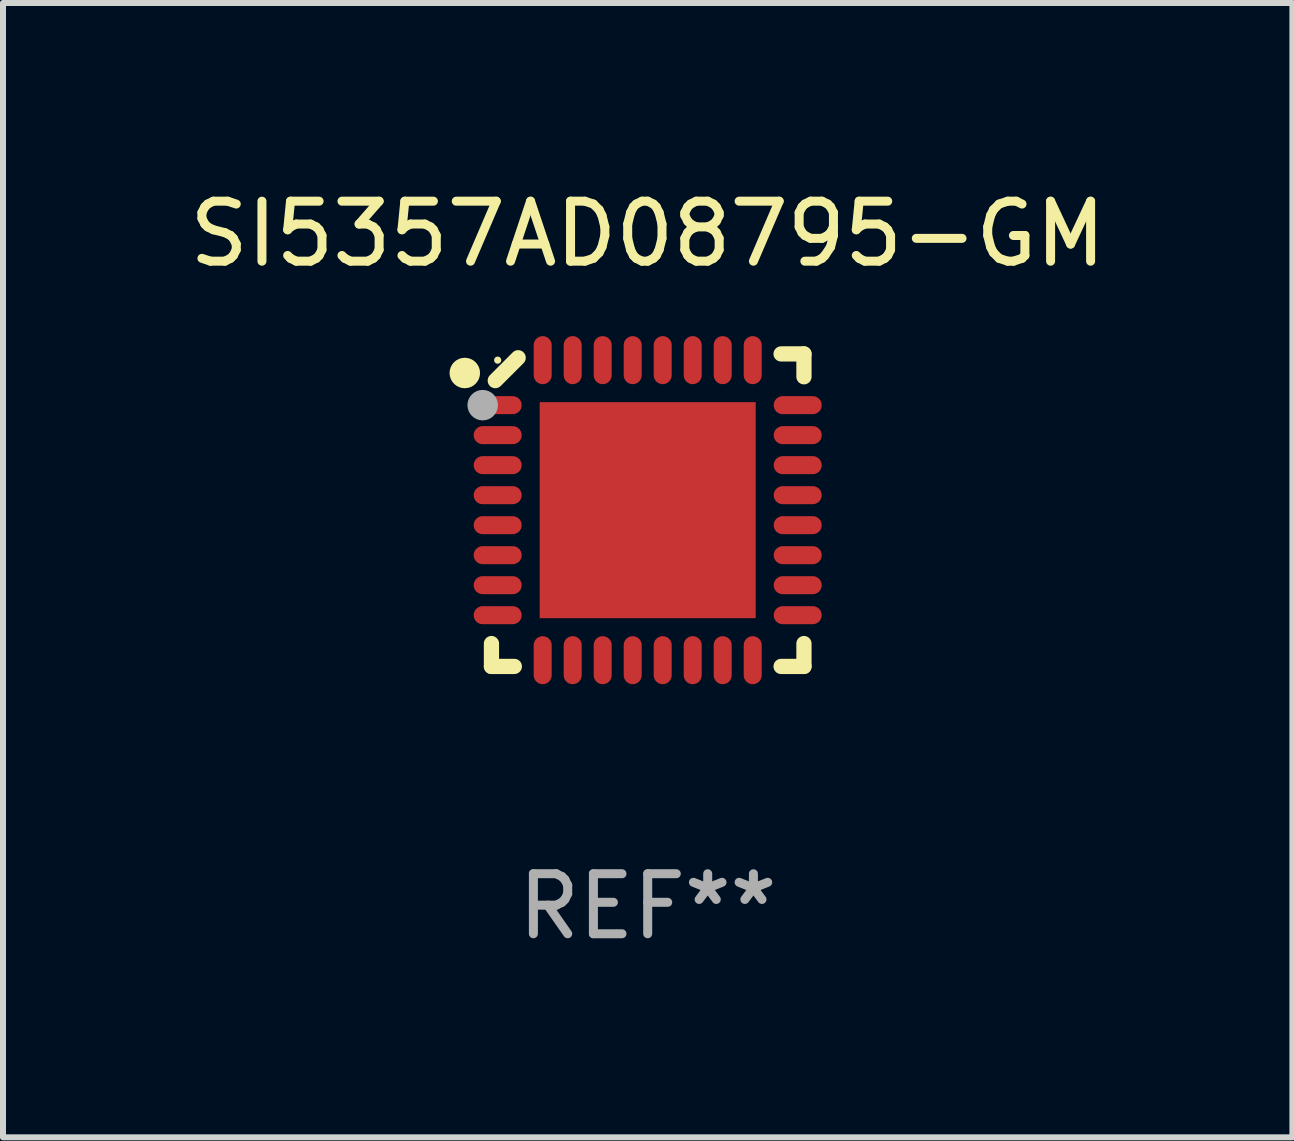
<source format=kicad_pcb>
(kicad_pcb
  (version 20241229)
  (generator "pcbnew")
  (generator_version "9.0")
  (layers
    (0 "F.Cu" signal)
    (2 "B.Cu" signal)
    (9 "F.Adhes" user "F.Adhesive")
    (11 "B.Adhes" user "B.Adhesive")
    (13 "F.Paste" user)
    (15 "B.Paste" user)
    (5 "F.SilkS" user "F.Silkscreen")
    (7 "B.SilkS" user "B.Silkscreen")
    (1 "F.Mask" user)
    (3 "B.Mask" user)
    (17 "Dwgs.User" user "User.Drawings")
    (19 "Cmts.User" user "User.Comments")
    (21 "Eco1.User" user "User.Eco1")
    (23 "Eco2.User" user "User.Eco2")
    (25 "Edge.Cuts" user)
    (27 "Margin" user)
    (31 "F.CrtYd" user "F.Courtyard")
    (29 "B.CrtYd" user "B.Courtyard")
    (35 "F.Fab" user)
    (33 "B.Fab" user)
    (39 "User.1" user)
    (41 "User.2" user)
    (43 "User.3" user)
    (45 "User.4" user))
  (footprint "SI5357AD08795-GM"
    (layer "F.Cu")
    (at 7.744 5.452)
    (property "Reference" "SI5357AD08795-GM" (at 0 -4.604 0) (layer "F.SilkS") (effects (font (size 1 1) (thickness 0.15))))
    (attr through_hole)
    (fp_line (start -2.604 2.223) (end -2.604 2.604) (stroke (width 0.254) (type solid)) (layer "F.SilkS"))
    (fp_line (start -2.604 2.604) (end -2.223 2.604) (stroke (width 0.254) (type solid)) (layer "F.SilkS"))
    (fp_line (start -2.159 -2.54) (end -2.54 -2.159) (stroke (width 0.254) (type solid)) (layer "F.SilkS"))
    (fp_line (start 2.223 2.604) (end 2.604 2.604) (stroke (width 0.254) (type solid)) (layer "F.SilkS"))
    (fp_line (start 2.604 -2.604) (end 2.223 -2.604) (stroke (width 0.254) (type solid)) (layer "F.SilkS"))
    (fp_line (start 2.604 -2.223) (end 2.604 -2.604) (stroke (width 0.254) (type solid)) (layer "F.SilkS"))
    (fp_line (start 2.604 2.604) (end 2.604 2.223) (stroke (width 0.254) (type solid)) (layer "F.SilkS"))
    (fp_circle (center -3.048 -2.286) (end -2.921 -2.286) (stroke (width 0.254) (type solid)) (fill no) (layer "F.SilkS"))
    (fp_circle (center -2.5 -2.5) (end -2.47 -2.5) (stroke (width 0.06) (type solid)) (fill no) (layer "F.SilkS"))
    (fp_circle (center -2.75 -1.75) (end -2.623 -1.75) (stroke (width 0.254) (type solid)) (fill no) (layer "F.Fab"))
    (fp_text user "REF**" (at 0 6.604 0) (layer "F.Fab") (effects (font (size 1 1) (thickness 0.15))))
    (pad "1" smd oval (at -2.5 -1.75) (size 0.8 0.3) (layers "F.Cu" "F.Mask" "F.Paste"))
    (pad "2" smd oval (at -2.5 -1.25) (size 0.8 0.3) (layers "F.Cu" "F.Mask" "F.Paste"))
    (pad "3" smd oval (at -2.5 -0.75) (size 0.8 0.3) (layers "F.Cu" "F.Mask" "F.Paste"))
    (pad "4" smd oval (at -2.5 -0.25) (size 0.8 0.3) (layers "F.Cu" "F.Mask" "F.Paste"))
    (pad "5" smd oval (at -2.5 0.25) (size 0.8 0.3) (layers "F.Cu" "F.Mask" "F.Paste"))
    (pad "6" smd oval (at -2.5 0.75) (size 0.8 0.3) (layers "F.Cu" "F.Mask" "F.Paste"))
    (pad "7" smd oval (at -2.5 1.25) (size 0.8 0.3) (layers "F.Cu" "F.Mask" "F.Paste"))
    (pad "8" smd oval (at -2.5 1.75) (size 0.8 0.3) (layers "F.Cu" "F.Mask" "F.Paste"))
    (pad "9" smd oval (at -1.75 2.5) (size 0.3 0.8) (layers "F.Cu" "F.Mask" "F.Paste"))
    (pad "10" smd oval (at -1.25 2.5) (size 0.3 0.8) (layers "F.Cu" "F.Mask" "F.Paste"))
    (pad "11" smd oval (at -0.75 2.5) (size 0.3 0.8) (layers "F.Cu" "F.Mask" "F.Paste"))
    (pad "12" smd oval (at -0.25 2.5) (size 0.3 0.8) (layers "F.Cu" "F.Mask" "F.Paste"))
    (pad "13" smd oval (at 0.25 2.5) (size 0.3 0.8) (layers "F.Cu" "F.Mask" "F.Paste"))
    (pad "14" smd oval (at 0.75 2.5) (size 0.3 0.8) (layers "F.Cu" "F.Mask" "F.Paste"))
    (pad "15" smd oval (at 1.25 2.5) (size 0.3 0.8) (layers "F.Cu" "F.Mask" "F.Paste"))
    (pad "16" smd oval (at 1.75 2.5) (size 0.3 0.8) (layers "F.Cu" "F.Mask" "F.Paste"))
    (pad "17" smd oval (at 2.5 1.75) (size 0.8 0.3) (layers "F.Cu" "F.Mask" "F.Paste"))
    (pad "18" smd oval (at 2.5 1.25) (size 0.8 0.3) (layers "F.Cu" "F.Mask" "F.Paste"))
    (pad "19" smd oval (at 2.5 0.75) (size 0.8 0.3) (layers "F.Cu" "F.Mask" "F.Paste"))
    (pad "20" smd oval (at 2.5 0.25) (size 0.8 0.3) (layers "F.Cu" "F.Mask" "F.Paste"))
    (pad "21" smd oval (at 2.5 -0.25) (size 0.8 0.3) (layers "F.Cu" "F.Mask" "F.Paste"))
    (pad "22" smd oval (at 2.5 -0.75) (size 0.8 0.3) (layers "F.Cu" "F.Mask" "F.Paste"))
    (pad "23" smd oval (at 2.5 -1.25) (size 0.8 0.3) (layers "F.Cu" "F.Mask" "F.Paste"))
    (pad "24" smd oval (at 2.5 -1.75) (size 0.8 0.3) (layers "F.Cu" "F.Mask" "F.Paste"))
    (pad "25" smd oval (at 1.75 -2.5) (size 0.3 0.8) (layers "F.Cu" "F.Mask" "F.Paste"))
    (pad "26" smd oval (at 1.25 -2.5) (size 0.3 0.8) (layers "F.Cu" "F.Mask" "F.Paste"))
    (pad "27" smd oval (at 0.75 -2.5) (size 0.3 0.8) (layers "F.Cu" "F.Mask" "F.Paste"))
    (pad "28" smd oval (at 0.25 -2.5) (size 0.3 0.8) (layers "F.Cu" "F.Mask" "F.Paste"))
    (pad "29" smd oval (at -0.25 -2.5) (size 0.3 0.8) (layers "F.Cu" "F.Mask" "F.Paste"))
    (pad "30" smd oval (at -0.75 -2.5) (size 0.3 0.8) (layers "F.Cu" "F.Mask" "F.Paste"))
    (pad "31" smd oval (at -1.25 -2.5) (size 0.3 0.8) (layers "F.Cu" "F.Mask" "F.Paste"))
    (pad "32" smd oval (at -1.75 -2.5) (size 0.3 0.8) (layers "F.Cu" "F.Mask" "F.Paste"))
    (pad "33" smd rect (at -0.000076 0) (size 3.6 3.6) (layers "F.Cu" "F.Mask" "F.Paste")))
  (gr_rect
    (start -3 -3)
    (end 18.488 15.904)
    (stroke (width 0.1) (type default))
    (fill no)
    (layer "Edge.Cuts")))
</source>
